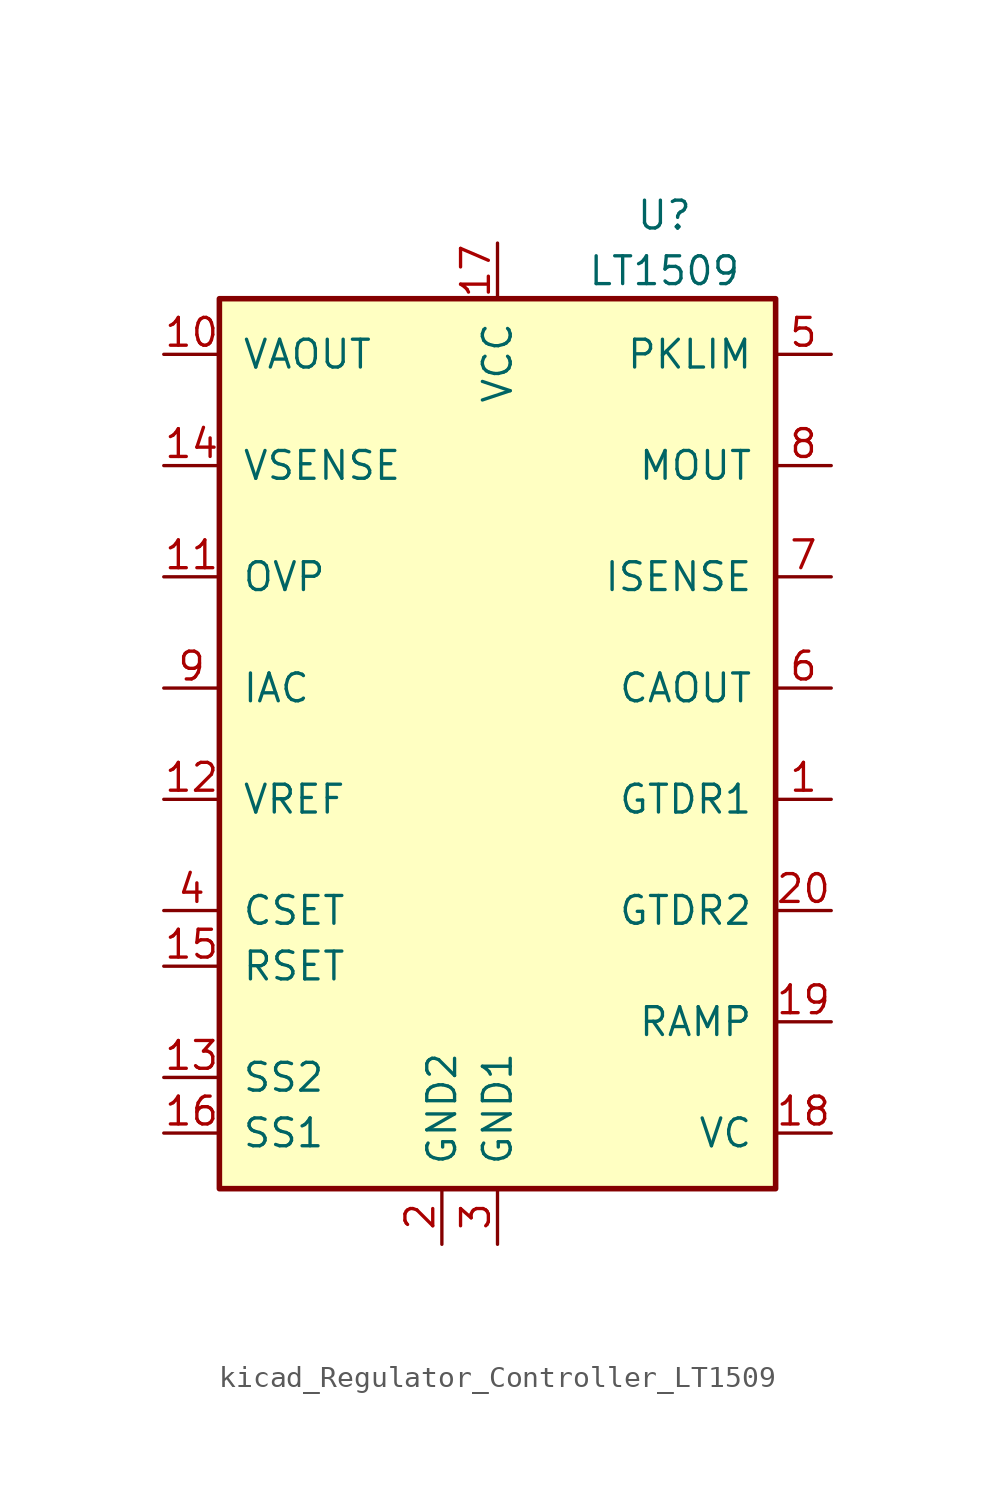
<source format=kicad_sym>
(kicad_symbol_lib
  (version 20220914)
  (generator kicad_symbol_editor)
  (symbol "kicad_Regulator_Controller_LT1509"
    (pin_names
      (offset 1.016))
    (property "Reference" "U"
      (at 7.62 24.13 0)
      (effects (font (size 1.27 1.27))))
    (property "Value" "LT1509"
      (at 7.62 21.59 0)
      (effects (font (size 1.27 1.27))))
    (symbol "kicad_Regulator_Controller_LT1509_0_1"
      (rectangle (start -12.7 20.32) (end 12.7 -20.32) (stroke (width 0.254) (type default)) (fill (type background))))
    (symbol "kicad_Regulator_Controller_LT1509_1_1"
      (pin output line (at 15.24 -2.54 180) (length 2.54) (name "GTDR1" (effects (font (size 1.27 1.27)))) (number "1" (effects (font (size 1.27 1.27)))))
      (pin output line (at -15.24 17.78 0) (length 2.54) (name "VAOUT" (effects (font (size 1.27 1.27)))) (number "10" (effects (font (size 1.27 1.27)))))
      (pin input line (at -15.24 7.62 0) (length 2.54) (name "OVP" (effects (font (size 1.27 1.27)))) (number "11" (effects (font (size 1.27 1.27)))))
      (pin power_out line (at -15.24 -2.54 0) (length 2.54) (name "VREF" (effects (font (size 1.27 1.27)))) (number "12" (effects (font (size 1.27 1.27)))))
      (pin passive line (at -15.24 -15.24 0) (length 2.54) (name "SS2" (effects (font (size 1.27 1.27)))) (number "13" (effects (font (size 1.27 1.27)))))
      (pin input line (at -15.24 12.7 0) (length 2.54) (name "VSENSE" (effects (font (size 1.27 1.27)))) (number "14" (effects (font (size 1.27 1.27)))))
      (pin passive line (at -15.24 -10.16 0) (length 2.54) (name "RSET" (effects (font (size 1.27 1.27)))) (number "15" (effects (font (size 1.27 1.27)))))
      (pin passive line (at -15.24 -17.78 0) (length 2.54) (name "SS1" (effects (font (size 1.27 1.27)))) (number "16" (effects (font (size 1.27 1.27)))))
      (pin power_in line (at 0 22.86 270) (length 2.54) (name "VCC" (effects (font (size 1.27 1.27)))) (number "17" (effects (font (size 1.27 1.27)))))
      (pin input line (at 15.24 -17.78 180) (length 2.54) (name "VC" (effects (font (size 1.27 1.27)))) (number "18" (effects (font (size 1.27 1.27)))))
      (pin input line (at 15.24 -12.7 180) (length 2.54) (name "RAMP" (effects (font (size 1.27 1.27)))) (number "19" (effects (font (size 1.27 1.27)))))
      (pin power_in line (at -2.54 -22.86 90) (length 2.54) (name "GND2" (effects (font (size 1.27 1.27)))) (number "2" (effects (font (size 1.27 1.27)))))
      (pin output line (at 15.24 -7.62 180) (length 2.54) (name "GTDR2" (effects (font (size 1.27 1.27)))) (number "20" (effects (font (size 1.27 1.27)))))
      (pin power_in line (at 0 -22.86 90) (length 2.54) (name "GND1" (effects (font (size 1.27 1.27)))) (number "3" (effects (font (size 1.27 1.27)))))
      (pin passive line (at -15.24 -7.62 0) (length 2.54) (name "CSET" (effects (font (size 1.27 1.27)))) (number "4" (effects (font (size 1.27 1.27)))))
      (pin input line (at 15.24 17.78 180) (length 2.54) (name "PKLIM" (effects (font (size 1.27 1.27)))) (number "5" (effects (font (size 1.27 1.27)))))
      (pin output line (at 15.24 2.54 180) (length 2.54) (name "CAOUT" (effects (font (size 1.27 1.27)))) (number "6" (effects (font (size 1.27 1.27)))))
      (pin input line (at 15.24 7.62 180) (length 2.54) (name "ISENSE" (effects (font (size 1.27 1.27)))) (number "7" (effects (font (size 1.27 1.27)))))
      (pin input line (at 15.24 12.7 180) (length 2.54) (name "MOUT" (effects (font (size 1.27 1.27)))) (number "8" (effects (font (size 1.27 1.27)))))
      (pin input line (at -15.24 2.54 0) (length 2.54) (name "IAC" (effects (font (size 1.27 1.27)))) (number "9" (effects (font (size 1.27 1.27))))))))
</source>
